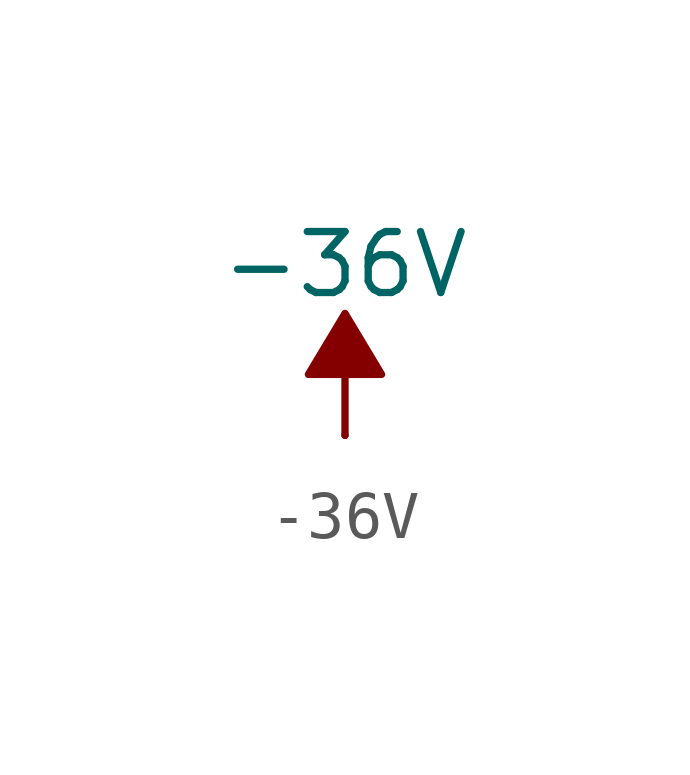
<source format=kicad_sym>
(kicad_symbol_lib
  (version 20231120)
  (generator "kicad_symbol_editor")
  (generator_version "8.0")
  (symbol "-36V"
    (power)
    (pin_numbers hide)
    (pin_names
      (offset 0) hide)
    (property "Reference" "#PWR"
      (at 0 -3.81 0)
      (effects (font (size 1.27 1.27)) (hide yes)))
    (property "Value" "-36V"
      (at 0 3.556 0)
      (effects (font (size 1.27 1.27))))
    (symbol "-36V_0_0"
      (pin power_in line (at 0 0 90) (length 0) (name "~" (effects (font (size 1.27 1.27)))) (number "1" (effects (font (size 1.27 1.27))))))
    (symbol "-36V_0_1"
      (polyline (pts (xy 0 0) (xy 0 1.27) (xy 0.762 1.27) (xy 0 2.54) (xy -0.762 1.27) (xy 0 1.27)) (stroke (width 0) (type default)) (fill (type outline))))))
</source>
